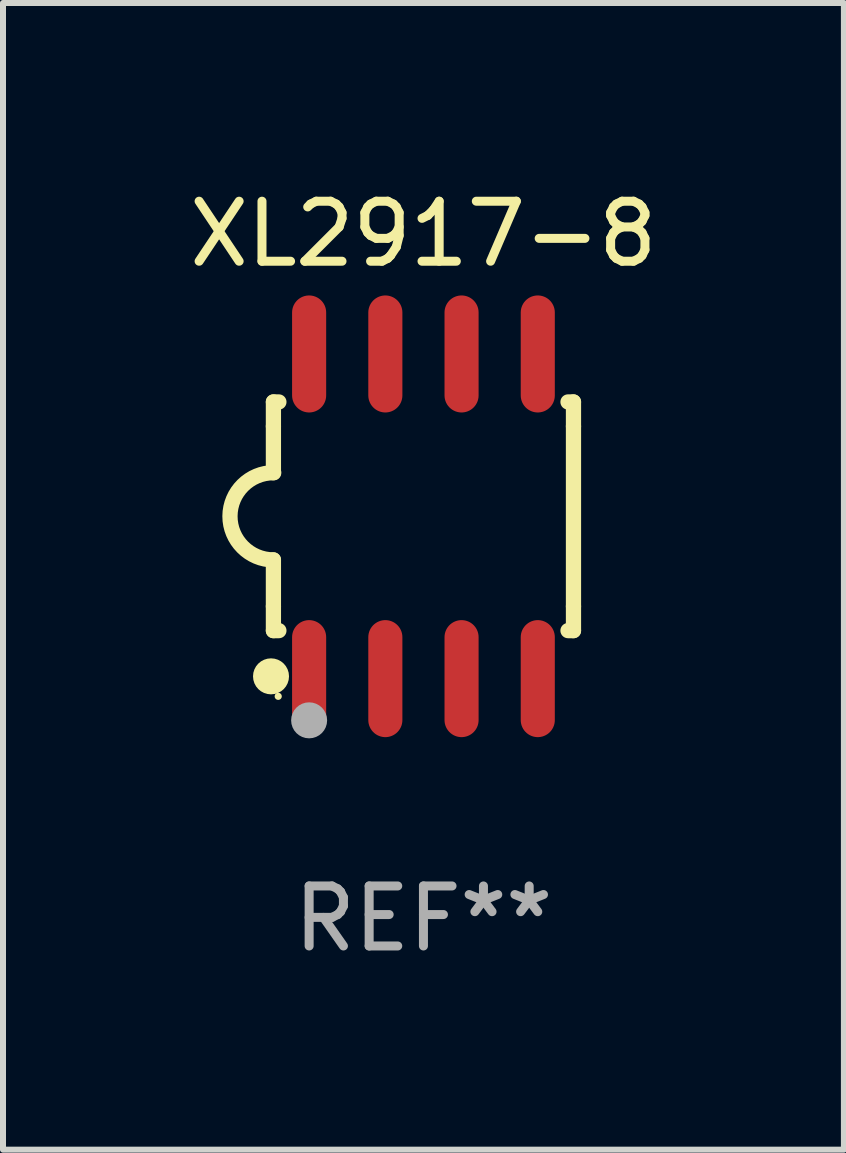
<source format=kicad_pcb>
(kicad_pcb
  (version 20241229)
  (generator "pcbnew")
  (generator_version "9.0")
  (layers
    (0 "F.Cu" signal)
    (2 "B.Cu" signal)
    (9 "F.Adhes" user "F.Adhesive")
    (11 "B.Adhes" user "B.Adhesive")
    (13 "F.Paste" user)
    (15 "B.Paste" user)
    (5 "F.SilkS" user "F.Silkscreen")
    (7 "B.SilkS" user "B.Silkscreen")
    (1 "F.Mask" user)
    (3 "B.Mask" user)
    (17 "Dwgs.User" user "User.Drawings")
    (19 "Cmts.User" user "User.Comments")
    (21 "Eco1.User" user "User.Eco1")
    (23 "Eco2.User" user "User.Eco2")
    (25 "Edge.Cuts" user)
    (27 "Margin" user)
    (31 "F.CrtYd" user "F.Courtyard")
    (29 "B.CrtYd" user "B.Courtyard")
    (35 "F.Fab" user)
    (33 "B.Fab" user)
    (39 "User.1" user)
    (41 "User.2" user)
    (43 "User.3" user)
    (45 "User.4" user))
  (footprint "XL2917-8"
    (layer "F.Cu")
    (at 4.006 5.553)
    (property "Reference" "XL2917-8" (at 0 -4.705 0) (layer "F.SilkS") (effects (font (size 1 1) (thickness 0.15))))
    (attr through_hole)
    (fp_line (start -2.5 -1.905) (end -2.409 -1.905) (stroke (width 0.254) (type solid)) (layer "F.SilkS"))
    (fp_line (start -2.5 -1.5) (end -2.5 -1.905) (stroke (width 0.254) (type solid)) (layer "F.SilkS"))
    (fp_line (start -2.5 -1.5) (end -2.5 -0.726) (stroke (width 0.254) (type solid)) (layer "F.SilkS"))
    (fp_line (start -2.5 1.5) (end -2.5 0.727) (stroke (width 0.254) (type solid)) (layer "F.SilkS"))
    (fp_line (start -2.5 1.5) (end -2.5 1.905) (stroke (width 0.254) (type solid)) (layer "F.SilkS"))
    (fp_line (start -2.5 1.905) (end -2.409 1.905) (stroke (width 0.254) (type solid)) (layer "F.SilkS"))
    (fp_line (start 2.5 -1.905) (end 2.409 -1.905) (stroke (width 0.254) (type solid)) (layer "F.SilkS"))
    (fp_line (start 2.5 -1.5) (end 2.5 -1.905) (stroke (width 0.254) (type solid)) (layer "F.SilkS"))
    (fp_line (start 2.5 -1.5) (end 2.5 1.5) (stroke (width 0.254) (type solid)) (layer "F.SilkS"))
    (fp_line (start 2.5 1.5) (end 2.5 1.905) (stroke (width 0.254) (type solid)) (layer "F.SilkS"))
    (fp_line (start 2.5 1.905) (end 2.409 1.905) (stroke (width 0.254) (type solid)) (layer "F.SilkS"))
    (fp_arc (start -2.5 0.726568) (mid -3.220316 -0.0023) (end -2.495097 -0.726289) (stroke (width 0.254001) (type solid)) (layer "F.SilkS"))
    (fp_circle (center -2.54 2.667) (end -2.39 2.667) (stroke (width 0.3) (type solid)) (fill no) (layer "F.SilkS"))
    (fp_circle (center -2.42 3) (end -2.39 3) (stroke (width 0.06) (type solid)) (fill no) (layer "F.SilkS"))
    (fp_circle (center -1.905 3.4) (end -1.755 3.4) (stroke (width 0.3) (type solid)) (fill no) (layer "F.Fab"))
    (fp_text user "REF**" (at 0 6.705 0) (layer "F.Fab") (effects (font (size 1 1) (thickness 0.15))))
    (pad "1" smd oval (at -1.905 2.705) (size 0.568 1.95) (layers "F.Cu" "F.Mask" "F.Paste"))
    (pad "2" smd oval (at -0.635 2.705) (size 0.568 1.95) (layers "F.Cu" "F.Mask" "F.Paste"))
    (pad "3" smd oval (at 0.635 2.705) (size 0.568 1.95) (layers "F.Cu" "F.Mask" "F.Paste"))
    (pad "4" smd oval (at 1.905 2.705) (size 0.568 1.95) (layers "F.Cu" "F.Mask" "F.Paste"))
    (pad "5" smd oval (at 1.905 -2.705) (size 0.568 1.95) (layers "F.Cu" "F.Mask" "F.Paste"))
    (pad "6" smd oval (at 0.635 -2.705) (size 0.568 1.95) (layers "F.Cu" "F.Mask" "F.Paste"))
    (pad "7" smd oval (at -0.635 -2.705) (size 0.568 1.95) (layers "F.Cu" "F.Mask" "F.Paste"))
    (pad "8" smd oval (at -1.905 -2.705) (size 0.568 1.95) (layers "F.Cu" "F.Mask" "F.Paste")))
  (gr_rect
    (start -3 -3)
    (end 11.012 16.107)
    (stroke (width 0.1) (type default))
    (fill no)
    (layer "Edge.Cuts")))
</source>
